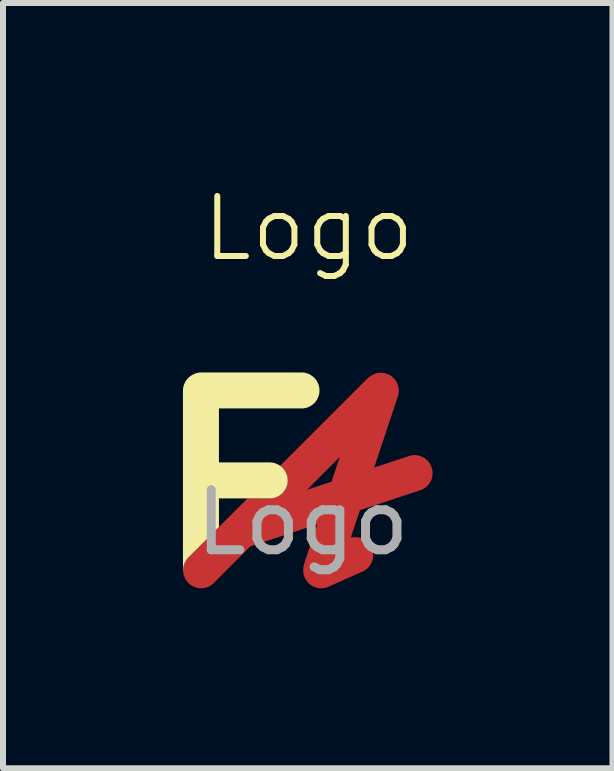
<source format=kicad_pcb>
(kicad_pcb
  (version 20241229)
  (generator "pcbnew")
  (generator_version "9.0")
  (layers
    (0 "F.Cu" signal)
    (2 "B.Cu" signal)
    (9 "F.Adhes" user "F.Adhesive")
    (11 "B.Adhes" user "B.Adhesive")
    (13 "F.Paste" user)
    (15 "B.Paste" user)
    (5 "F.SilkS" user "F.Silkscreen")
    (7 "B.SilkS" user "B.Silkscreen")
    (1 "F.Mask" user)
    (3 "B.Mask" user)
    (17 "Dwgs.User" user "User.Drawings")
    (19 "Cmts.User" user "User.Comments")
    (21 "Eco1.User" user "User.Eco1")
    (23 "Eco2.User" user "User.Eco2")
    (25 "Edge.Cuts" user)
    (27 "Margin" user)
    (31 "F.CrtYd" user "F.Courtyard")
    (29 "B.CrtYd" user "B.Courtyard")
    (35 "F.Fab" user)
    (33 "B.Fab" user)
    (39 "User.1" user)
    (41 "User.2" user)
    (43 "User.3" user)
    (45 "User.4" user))
  (footprint "Logo"
    (layer "F.Cu")
    (at 1.996 3.16)
    (property "Reference" "Logo" (at 0.1 -2.4 0) (unlocked yes) (layer "F.SilkS") (effects (font (size 1 1) (thickness 0.1))))
    (attr smd)
    (fp_poly (pts (xy 0 0) (xy 0.015 0.001) (xy 0.03 0.003) (xy 0.045 0.006) (xy 0.059 0.01) (xy 0.073 0.014) (xy 0.087 0.019) (xy 0.1 0.024) (xy 0.113 0.03) (xy 0.126 0.037) (xy 0.138 0.044) (xy 0.15 0.052) (xy 0.162 0.061) (xy 0.173 0.069) (xy 0.184 0.079) (xy 0.194 0.089) (xy 0.204 0.099) (xy 0.213 0.11) (xy 0.222 0.121) (xy 0.23 0.133) (xy 0.238 0.145) (xy 0.245 0.158) (xy 0.251 0.17) (xy 0.257 0.184) (xy 0.262 0.197) (xy 0.267 0.211) (xy 0.271 0.225) (xy 0.274 0.24) (xy 0.277 0.254) (xy 0.279 0.269) (xy 0.28 0.284) (xy 0.28 0.299) (xy 0.28 0.315) (xy 0.279 0.33) (xy 0.277 0.345) (xy 0.274 0.359) (xy 0.271 0.374) (xy 0.267 0.388) (xy 0.262 0.402) (xy 0.257 0.415) (xy 0.251 0.428) (xy 0.245 0.441) (xy 0.238 0.454) (xy 0.23 0.466) (xy 0.222 0.477) (xy 0.213 0.489) (xy 0.204 0.5) (xy 0.194 0.51) (xy 0.184 0.52) (xy 0.173 0.529) (xy 0.162 0.538) (xy 0.15 0.547) (xy 0.138 0.554) (xy 0.126 0.562) (xy 0.113 0.568) (xy 0.1 0.575) (xy 0.087 0.58) (xy 0.073 0.585) (xy 0.059 0.589) (xy 0.045 0.593) (xy 0.03 0.595) (xy 0.015 0.597) (xy 0.000001 0.599) (xy -0.015 0.599) (xy -1.396 0.599) (xy -1.396 1.499) (xy -0.545 1.499) (xy -0.53 1.5) (xy -0.515 1.501) (xy -0.5 1.503) (xy -0.486 1.506) (xy -0.471 1.51) (xy -0.457 1.514) (xy -0.443 1.519) (xy -0.43 1.524) (xy -0.417 1.53) (xy -0.404 1.537) (xy -0.392 1.544) (xy -0.38 1.552) (xy -0.368 1.56) (xy -0.357 1.569) (xy -0.346 1.579) (xy -0.336 1.589) (xy -0.326 1.599) (xy -0.317 1.61) (xy -0.308 1.621) (xy -0.3 1.633) (xy -0.292 1.645) (xy -0.285 1.658) (xy -0.278 1.67) (xy -0.273 1.684) (xy -0.267 1.697) (xy -0.263 1.711) (xy -0.259 1.725) (xy -0.255 1.739) (xy -0.253 1.754) (xy -0.251 1.769) (xy -0.25 1.784) (xy -0.249 1.799) (xy -0.25 1.815) (xy -0.251 1.83) (xy -0.253 1.845) (xy -0.255 1.859) (xy -0.259 1.874) (xy -0.263 1.888) (xy -0.267 1.902) (xy -0.273 1.915) (xy -0.278 1.928) (xy -0.285 1.941) (xy -0.292 1.954) (xy -0.3 1.966) (xy -0.308 1.978) (xy -0.317 1.989) (xy -0.326 2) (xy -0.336 2.01) (xy -0.346 2.02) (xy -0.357 2.029) (xy -0.368 2.038) (xy -0.38 2.047) (xy -0.392 2.055) (xy -0.404 2.062) (xy -0.417 2.069) (xy -0.43 2.075) (xy -0.443 2.08) (xy -0.457 2.085) (xy -0.471 2.089) (xy -0.486 2.093) (xy -0.5 2.095) (xy -0.515 2.097) (xy -0.53 2.099) (xy -0.545 2.099) (xy -1.396 2.099) (xy -1.396 2.575) (xy -1.908 3.087) (xy -1.916 3.096) (xy -1.924 3.105) (xy -1.931 3.114) (xy -1.938 3.123) (xy -1.944 3.133) (xy -1.951 3.143) (xy -1.956 3.153) (xy -1.962 3.163) (xy -1.967 3.174) (xy -1.971 3.184) (xy -1.975 3.195) (xy -1.979 3.206) (xy -1.982 3.218) (xy -1.985 3.229) (xy -1.988 3.24) (xy -1.99 3.252) (xy -1.99 3.257) (xy -1.991 3.262) (xy -1.991 3.267) (xy -1.992 3.271) (xy -1.992 3.275) (xy -1.992 3.278) (xy -1.993 3.282) (xy -1.993 3.285) (xy -1.993 3.29) (xy -1.993 3.294) (xy -1.993 3.299) (xy -1.996 3.299) (xy -1.996 0.299) (xy -1.995 0.284) (xy -1.994 0.268) (xy -1.992 0.253) (xy -1.989 0.238) (xy -1.985 0.223) (xy -1.981 0.209) (xy -1.975 0.195) (xy -1.97 0.181) (xy -1.963 0.168) (xy -1.956 0.154) (xy -1.948 0.142) (xy -1.94 0.129) (xy -1.931 0.117) (xy -1.921 0.106) (xy -1.911 0.095) (xy -1.901 0.084) (xy -1.899 0.083) (xy -1.898 0.082) (xy -1.897 0.081) (xy -1.896 0.08) (xy -1.89 0.075) (xy -1.885 0.071) (xy -1.879 0.066) (xy -1.874 0.062) (xy -1.868 0.058) (xy -1.862 0.054) (xy -1.856 0.05) (xy -1.85 0.046) (xy -1.846 0.044) (xy -1.841 0.041) (xy -1.836 0.038) (xy -1.831 0.036) (xy -1.826 0.033) (xy -1.821 0.031) (xy -1.816 0.029) (xy -1.81 0.026) (xy -1.81 0.026) (xy -1.803 0.023) (xy -1.797 0.02) (xy -1.79 0.018) (xy -1.783 0.015) (xy -1.776 0.013) (xy -1.769 0.011) (xy -1.762 0.009) (xy -1.754 0.007) (xy -1.747 0.006) (xy -1.74 0.004) (xy -1.733 0.003) (xy -1.725 0.002) (xy -1.718 0.001) (xy -1.711 0.000254) (xy -1.703 -0.000268) (xy -1.696 -0.001) (xy -0.015 -0.001)) (stroke (width -0.000001) (type solid)) (fill yes) (layer "F.SilkS"))
    (fp_text user "${REFERENCE}" (at 0 2.5 0) (unlocked yes) (layer "F.Fab") (effects (font (size 1 1) (thickness 0.15))))
    (pad "1" smd custom (at 0.79 1.085) (size 0.24 0.17) (layers "F.Cu" "F.Mask" "F.Paste") (options (anchor rect)) (primitives (gr_poly (pts (xy 0.516 -1.082) (xy 0.52 -1.081) (xy 0.524 -1.08) (xy 0.528 -1.08) (xy 0.532 -1.079) (xy 0.539 -1.078) (xy 0.546 -1.078) (xy 0.553 -1.077) (xy 0.56 -1.076) (xy 0.567 -1.074) (xy 0.573 -1.073) (xy 0.58 -1.071) (xy 0.587 -1.07) (xy 0.592 -1.068) (xy 0.597 -1.067) (xy 0.602 -1.066) (xy 0.606 -1.064) (xy 0.611 -1.062) (xy 0.616 -1.061) (xy 0.621 -1.059) (xy 0.625 -1.057) (xy 0.631 -1.055) (xy 0.637 -1.054) (xy 0.642 -1.052) (xy 0.648 -1.05) (xy 0.653 -1.047) (xy 0.658 -1.044) (xy 0.664 -1.041) (xy 0.669 -1.038) (xy 0.674 -1.035) (xy 0.679 -1.031) (xy 0.683 -1.028) (xy 0.688 -1.024) (xy 0.689 -1.024) (xy 0.69 -1.023) (xy 0.709 -1.009) (xy 0.726 -0.992) (xy 0.742 -0.975) (xy 0.756 -0.957) (xy 0.769 -0.937) (xy 0.78 -0.917) (xy 0.79 -0.896) (xy 0.798 -0.875) (xy 0.804 -0.852) (xy 0.809 -0.83) (xy 0.812 -0.807) (xy 0.813 -0.784) (xy 0.812 -0.76) (xy 0.809 -0.737) (xy 0.805 -0.714) (xy 0.799 -0.691) (xy 0.402 0.5) (xy 0.985 0.307) (xy 1.003 0.302) (xy 1.02 0.298) (xy 1.037 0.295) (xy 1.055 0.294) (xy 1.072 0.293) (xy 1.089 0.293) (xy 1.107 0.295) (xy 1.124 0.297) (xy 1.141 0.3) (xy 1.158 0.304) (xy 1.174 0.31) (xy 1.191 0.316) (xy 1.207 0.323) (xy 1.222 0.331) (xy 1.237 0.34) (xy 1.252 0.35) (xy 1.266 0.361) (xy 1.279 0.373) (xy 1.292 0.385) (xy 1.304 0.398) (xy 1.315 0.412) (xy 1.325 0.426) (xy 1.334 0.441) (xy 1.342 0.456) (xy 1.35 0.472) (xy 1.356 0.488) (xy 1.362 0.504) (xy 1.367 0.521) (xy 1.37 0.538) (xy 1.373 0.555) (xy 1.375 0.573) (xy 1.376 0.591) (xy 1.375 0.602) (xy 1.375 0.614) (xy 1.374 0.626) (xy 1.372 0.637) (xy 1.37 0.649) (xy 1.368 0.66) (xy 1.365 0.672) (xy 1.362 0.683) (xy 1.358 0.694) (xy 1.354 0.705) (xy 1.35 0.715) (xy 1.345 0.726) (xy 1.339 0.736) (xy 1.333 0.746) (xy 1.327 0.756) (xy 1.321 0.766) (xy 1.314 0.776) (xy 1.306 0.785) (xy 1.299 0.794) (xy 1.291 0.802) (xy 1.282 0.81) (xy 1.274 0.818) (xy 1.265 0.826) (xy 1.256 0.833) (xy 1.246 0.84) (xy 1.237 0.846) (xy 1.227 0.852) (xy 1.217 0.858) (xy 1.206 0.863) (xy 1.196 0.868) (xy 1.185 0.872) (xy 1.174 0.877) (xy 0.165 1.21) (xy 0.012 1.669) (xy 0.021 1.667) (xy 0.029 1.665) (xy 0.038 1.664) (xy 0.046 1.662) (xy 0.055 1.661) (xy 0.064 1.661) (xy 0.073 1.66) (xy 0.081 1.66) (xy 0.09 1.66) (xy 0.099 1.66) (xy 0.107 1.661) (xy 0.116 1.661) (xy 0.125 1.662) (xy 0.134 1.664) (xy 0.142 1.665) (xy 0.151 1.667) (xy 0.162 1.67) (xy 0.174 1.673) (xy 0.185 1.677) (xy 0.196 1.681) (xy 0.218 1.69) (xy 0.238 1.702) (xy 0.258 1.714) (xy 0.276 1.728) (xy 0.293 1.743) (xy 0.309 1.76) (xy 0.324 1.778) (xy 0.337 1.796) (xy 0.349 1.816) (xy 0.36 1.837) (xy 0.368 1.859) (xy 0.375 1.881) (xy 0.378 1.892) (xy 0.381 1.904) (xy 0.383 1.916) (xy 0.384 1.928) (xy 0.385 1.94) (xy 0.386 1.952) (xy 0.386 1.964) (xy 0.385 1.975) (xy 0.385 1.987) (xy 0.383 1.999) (xy 0.382 2.01) (xy 0.379 2.022) (xy 0.377 2.033) (xy 0.374 2.044) (xy 0.37 2.055) (xy 0.366 2.066) (xy 0.362 2.077) (xy 0.357 2.087) (xy 0.352 2.098) (xy 0.347 2.108) (xy 0.341 2.118) (xy 0.335 2.127) (xy 0.328 2.137) (xy 0.321 2.146) (xy 0.314 2.155) (xy 0.306 2.163) (xy 0.298 2.172) (xy 0.29 2.18) (xy 0.281 2.188) (xy 0.272 2.195) (xy 0.263 2.202) (xy 0.253 2.209) (xy 0.243 2.215) (xy 0.233 2.221) (xy 0.223 2.227) (xy 0.212 2.232) (xy -0.364 2.488) (xy -0.383 2.496) (xy -0.401 2.502) (xy -0.421 2.506) (xy -0.44 2.51) (xy -0.459 2.512) (xy -0.479 2.512) (xy -0.498 2.512) (xy -0.517 2.51) (xy -0.536 2.507) (xy -0.555 2.503) (xy -0.574 2.498) (xy -0.592 2.491) (xy -0.61 2.483) (xy -0.628 2.474) (xy -0.645 2.464) (xy -0.661 2.453) (xy -0.662 2.452) (xy -0.662 2.452) (xy -0.668 2.447) (xy -0.674 2.443) (xy -0.68 2.438) (xy -0.685 2.433) (xy -0.69 2.428) (xy -0.696 2.423) (xy -0.701 2.418) (xy -0.706 2.413) (xy -0.707 2.411) (xy -0.709 2.408) (xy -0.711 2.406) (xy -0.712 2.404) (xy -0.714 2.402) (xy -0.715 2.4) (xy -0.717 2.398) (xy -0.719 2.395) (xy -0.72 2.393) (xy -0.722 2.391) (xy -0.724 2.389) (xy -0.726 2.386) (xy -0.727 2.384) (xy -0.729 2.382) (xy -0.731 2.379) (xy -0.732 2.377) (xy -0.737 2.37) (xy -0.741 2.362) (xy -0.745 2.355) (xy -0.749 2.348) (xy -0.753 2.34) (xy -0.757 2.333) (xy -0.76 2.325) (xy -0.763 2.317) (xy -0.765 2.314) (xy -0.766 2.31) (xy -0.768 2.307) (xy -0.77 2.303) (xy -0.771 2.298) (xy -0.772 2.292) (xy -0.773 2.287) (xy -0.773 2.281) (xy -0.774 2.277) (xy -0.775 2.273) (xy -0.776 2.268) (xy -0.777 2.264) (xy -0.777 2.26) (xy -0.778 2.255) (xy -0.778 2.251) (xy -0.779 2.247) (xy -0.78 2.238) (xy -0.781 2.229) (xy -0.781 2.22) (xy -0.781 2.21) (xy -0.781 2.201) (xy -0.781 2.192) (xy -0.78 2.183) (xy -0.779 2.174) (xy -0.778 2.17) (xy -0.778 2.166) (xy -0.777 2.162) (xy -0.776 2.157) (xy -0.776 2.153) (xy -0.775 2.148) (xy -0.775 2.143) (xy -0.774 2.138) (xy -0.773 2.134) (xy -0.772 2.129) (xy -0.772 2.124) (xy -0.771 2.12) (xy -0.546 1.445) (xy -1.661 1.813) (xy -2.274 2.427) (xy -2.292 2.443) (xy -2.31 2.457) (xy -2.33 2.47) (xy -2.351 2.481) (xy -2.372 2.49) (xy -2.394 2.498) (xy -2.416 2.504) (xy -2.439 2.508) (xy -2.461 2.511) (xy -2.484 2.511) (xy -2.507 2.51) (xy -2.53 2.508) (xy -2.553 2.503) (xy -2.576 2.497) (xy -2.598 2.488) (xy -2.62 2.478) (xy -2.63 2.473) (xy -2.64 2.467) (xy -2.65 2.46) (xy -2.66 2.454) (xy -2.669 2.447) (xy -2.678 2.439) (xy -2.687 2.432) (xy -2.695 2.424) (xy -2.703 2.415) (xy -2.711 2.406) (xy -2.718 2.397) (xy -2.725 2.388) (xy -2.732 2.379) (xy -2.738 2.369) (xy -2.744 2.359) (xy -2.75 2.348) (xy -2.755 2.338) (xy -2.76 2.327) (xy -2.764 2.316) (xy -2.768 2.305) (xy -2.771 2.294) (xy -2.774 2.283) (xy -2.777 2.271) (xy -2.779 2.26) (xy -2.781 2.248) (xy -2.782 2.237) (xy -2.783 2.225) (xy -2.783 2.214) (xy -2.783 2.202) (xy -2.782 2.19) (xy -2.781 2.179) (xy -2.78 2.167) (xy -2.778 2.155) (xy -2.775 2.144) (xy -2.772 2.133) (xy -2.769 2.121) (xy -2.765 2.11) (xy -2.761 2.099) (xy -2.757 2.089) (xy -2.752 2.078) (xy -2.746 2.068) (xy -2.741 2.058) (xy -2.734 2.048) (xy -2.728 2.038) (xy -2.721 2.029) (xy -2.714 2.02) (xy -2.706 2.011) (xy -2.698 2.002) (xy -1.71 1.014) (xy -1.335 1.014) (xy -1.323 1.014) (xy -1.311 1.013) (xy -1.299 1.012) (xy -1.288 1.01) (xy -1.276 1.007) (xy -1.265 1.005) (xy -1.253 1.002) (xy -1.242 0.998) (xy -1.231 0.994) (xy -1.22 0.989) (xy -1.21 0.985) (xy -1.2 0.979) (xy -1.189 0.974) (xy -1.18 0.968) (xy -1.17 0.961) (xy -1.161 0.954) (xy -1.151 0.947) (xy -1.143 0.94) (xy -1.134 0.932) (xy -1.126 0.924) (xy -1.118 0.916) (xy -1.11 0.907) (xy -1.103 0.898) (xy -1.096 0.888) (xy -1.089 0.879) (xy -1.084 0.87) (xy -0.717 0.87) (xy -0.309 0.735) (xy -0.172 0.325) (xy -0.717 0.87) (xy -1.084 0.87) (xy -1.083 0.869) (xy -1.077 0.858) (xy -1.072 0.848) (xy -1.067 0.837) (xy -1.062 0.826) (xy -1.058 0.815) (xy -1.054 0.804) (xy -1.051 0.792) (xy -1.048 0.78) (xy -1.045 0.769) (xy -1.043 0.757) (xy -1.042 0.745) (xy -1.041 0.733) (xy -1.041 0.722) (xy -1.04 0.71) (xy -1.041 0.698) (xy -1.042 0.687) (xy -1.043 0.675) (xy -1.045 0.664) (xy -1.047 0.652) (xy -1.05 0.641) (xy -1.053 0.63) (xy -1.056 0.619) (xy -1.06 0.608) (xy -1.064 0.597) (xy -1.069 0.587) (xy -1.074 0.576) (xy -1.08 0.566) (xy -1.086 0.556) (xy -1.092 0.546) (xy -1.099 0.537) (xy -1.106 0.527) (xy -1.113 0.518) (xy -1.121 0.51) (xy -1.129 0.501) (xy -1.138 0.493) (xy -1.147 0.485) (xy -1.156 0.478) (xy -1.166 0.47) (xy 0.302 -0.998) (xy 0.306 -1.001) (xy 0.309 -1.003) (xy 0.313 -1.006) (xy 0.316 -1.009) (xy 0.32 -1.011) (xy 0.324 -1.014) (xy 0.328 -1.016) (xy 0.332 -1.019) (xy 0.334 -1.02) (xy 0.336 -1.022) (xy 0.339 -1.024) (xy 0.341 -1.026) (xy 0.343 -1.027) (xy 0.346 -1.029) (xy 0.348 -1.031) (xy 0.351 -1.032) (xy 0.358 -1.037) (xy 0.365 -1.041) (xy 0.373 -1.045) (xy 0.38 -1.049) (xy 0.388 -1.052) (xy 0.395 -1.056) (xy 0.403 -1.059) (xy 0.411 -1.062) (xy 0.414 -1.063) (xy 0.418 -1.064) (xy 0.421 -1.065) (xy 0.424 -1.066) (xy 0.427 -1.067) (xy 0.431 -1.068) (xy 0.434 -1.069) (xy 0.437 -1.07) (xy 0.441 -1.071) (xy 0.445 -1.073) (xy 0.448 -1.074) (xy 0.452 -1.075) (xy 0.456 -1.076) (xy 0.459 -1.077) (xy 0.463 -1.078) (xy 0.467 -1.079) (xy 0.471 -1.079) (xy 0.475 -1.08) (xy 0.479 -1.08) (xy 0.483 -1.08) (xy 0.487 -1.08) (xy 0.491 -1.079) (xy 0.495 -1.079) (xy 0.499 -1.079) (xy 0.503 -1.08) (xy 0.507 -1.08) (xy 0.512 -1.081) (xy 0.516 -1.082)) (width 0) (fill yes)))))
  (gr_rect
    (start -3 -3)
    (end 7.161 9.758)
    (stroke (width 0.1) (type default))
    (fill no)
    (layer "Edge.Cuts")))
</source>
